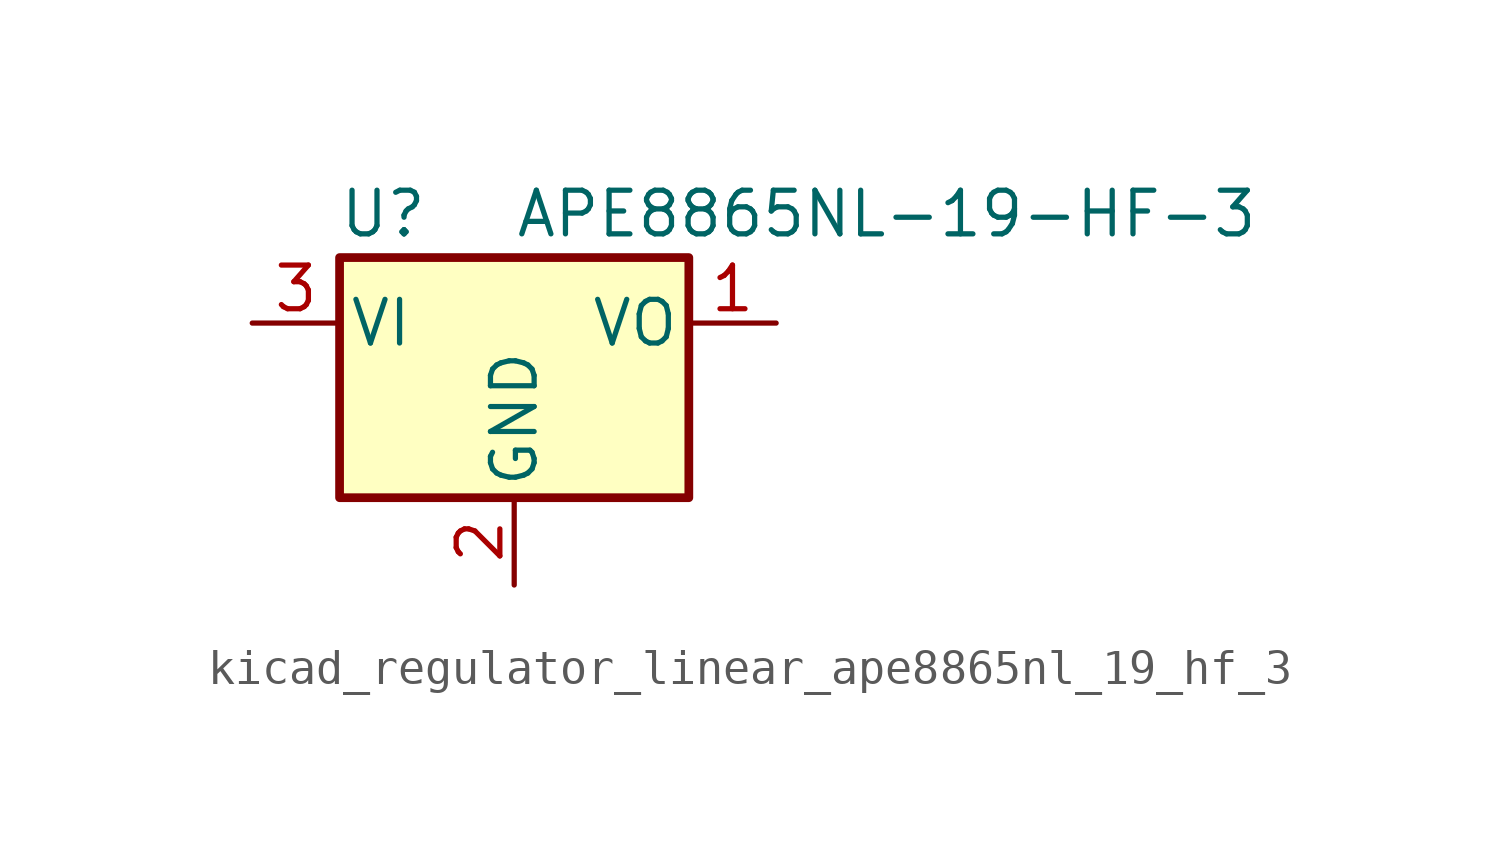
<source format=kicad_sym>
(kicad_symbol_lib
  (version 20220914)
  (generator kicad_symbol_editor)
  (symbol "kicad_regulator_linear_ape8865nl_19_hf_3"
    (pin_names
      (offset 0.254))
    (property "Reference" "U"
      (at -3.81 3.175 0)
      (effects (font (size 1.27 1.27))))
    (property "Value" "APE8865NL-19-HF-3"
      (at 0 3.175 0)
      (effects (font (size 1.27 1.27)) (justify left)))
    (symbol "kicad_regulator_linear_ape8865nl_19_hf_3_0_1"
      (rectangle (start -5.08 1.905) (end 5.08 -5.08) (stroke (width 0.254) (type default)) (fill (type background))))
    (symbol "kicad_regulator_linear_ape8865nl_19_hf_3_1_1"
      (pin power_out line (at 7.62 0 180) (length 2.54) (name "VO" (effects (font (size 1.27 1.27)))) (number "1" (effects (font (size 1.27 1.27)))))
      (pin power_in line (at 0 -7.62 90) (length 2.54) (name "GND" (effects (font (size 1.27 1.27)))) (number "2" (effects (font (size 1.27 1.27)))))
      (pin power_in line (at -7.62 0 0) (length 2.54) (name "VI" (effects (font (size 1.27 1.27)))) (number "3" (effects (font (size 1.27 1.27))))))))
</source>
